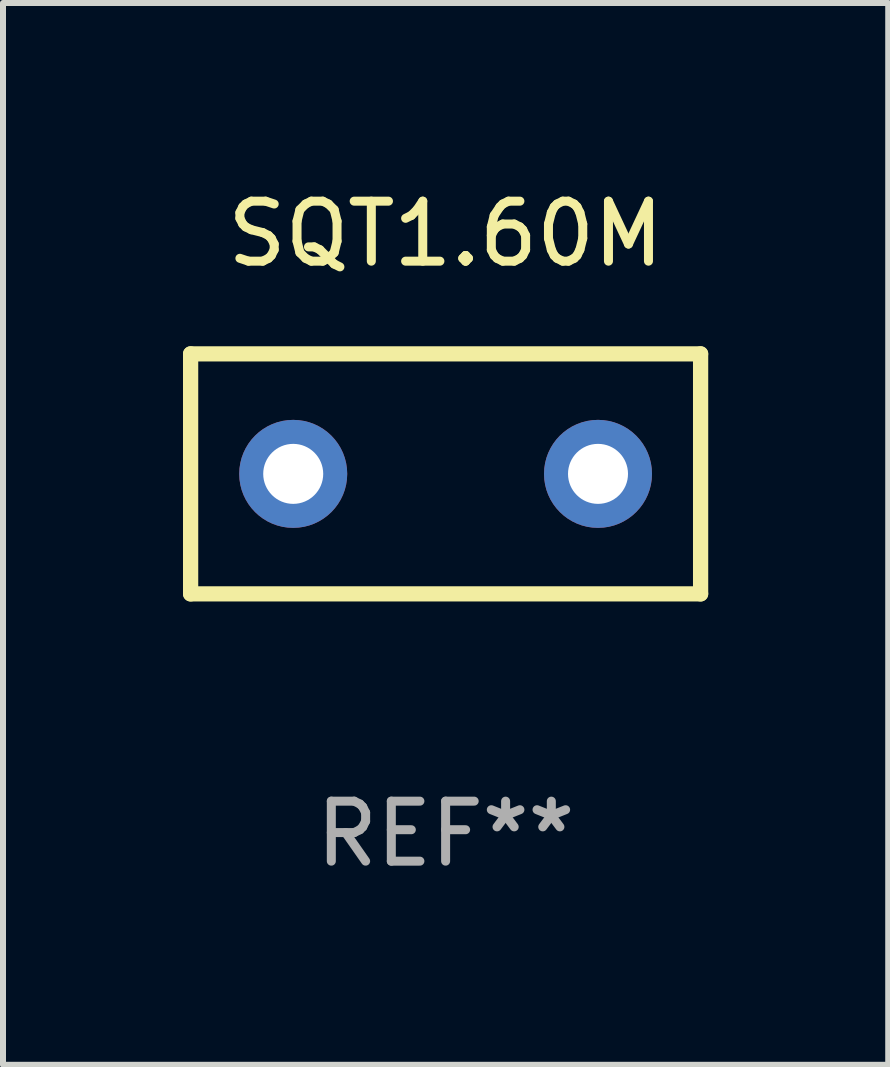
<source format=kicad_pcb>
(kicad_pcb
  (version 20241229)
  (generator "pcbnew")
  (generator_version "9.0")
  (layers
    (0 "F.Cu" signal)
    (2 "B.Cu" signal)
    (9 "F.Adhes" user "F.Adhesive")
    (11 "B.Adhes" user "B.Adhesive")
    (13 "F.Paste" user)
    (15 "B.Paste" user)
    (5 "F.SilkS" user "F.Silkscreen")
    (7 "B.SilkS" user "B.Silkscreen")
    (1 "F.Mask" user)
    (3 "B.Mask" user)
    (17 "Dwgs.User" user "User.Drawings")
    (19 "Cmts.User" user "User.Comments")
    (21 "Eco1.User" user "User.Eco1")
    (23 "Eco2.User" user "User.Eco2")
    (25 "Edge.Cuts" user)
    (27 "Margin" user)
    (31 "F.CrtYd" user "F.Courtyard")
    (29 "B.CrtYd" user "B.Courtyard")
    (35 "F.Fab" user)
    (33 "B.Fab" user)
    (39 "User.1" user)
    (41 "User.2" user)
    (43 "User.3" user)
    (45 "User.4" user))
  (footprint "SQT1.60M"
    (layer "F.Cu")
    (at 4.377 4.848)
    (property "Reference" "SQT1.60M" (at 0 -4 0) (layer "F.SilkS") (effects (font (size 1 1) (thickness 0.15))))
    (attr through_hole)
    (fp_line (start -4.25 2) (end -4.25 -2) (stroke (width 0.254) (type solid)) (layer "F.SilkS"))
    (fp_line (start -4.25 -2) (end 4.25 -2) (stroke (width 0.254) (type solid)) (layer "F.SilkS"))
    (fp_line (start 4.25 2) (end -4.25 2) (stroke (width 0.254) (type solid)) (layer "F.SilkS"))
    (fp_line (start 4.25 -2) (end 4.25 2) (stroke (width 0.254) (type solid)) (layer "F.SilkS"))
    (fp_circle (center -4.25 2) (end -4.22 2) (stroke (width 0.06) (type solid)) (fill no) (layer "F.SilkS"))
    (fp_text user "REF**" (at 0 6 0) (layer "F.Fab") (effects (font (size 1 1) (thickness 0.15))))
    (pad "1" thru_hole circle (at -2.54 0) (size 1.8 1.8) (drill 1) (layers "*.Cu" "*.Mask"))
    (pad "2" thru_hole circle (at 2.54 0) (size 1.8 1.8) (drill 1) (layers "*.Cu" "*.Mask")))
  (gr_rect
    (start -3 -3)
    (end 11.754 14.697)
    (stroke (width 0.1) (type default))
    (fill no)
    (layer "Edge.Cuts")))
</source>
